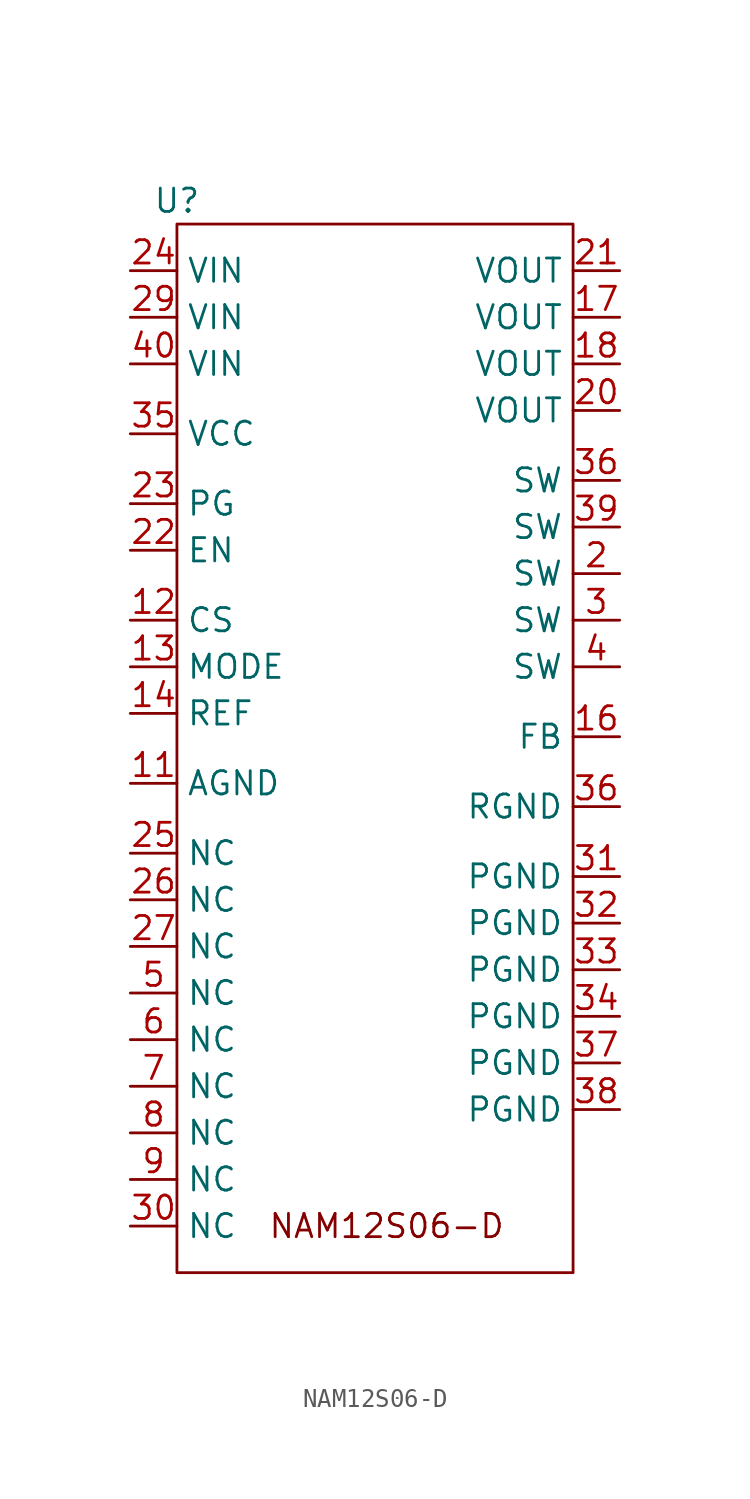
<source format=kicad_sym>
(kicad_symbol_lib
  (version 20220914)
  (generator kicad_symbol_editor)
  (symbol "NAM12S06-D"
    (property "Reference" "U"
      (at 0 0 0)
      (effects (font (size 1.27 1.27))))
    (property "Value" ""
      (at 0 0 0)
      (effects (font (size 1.27 1.27))))
    (symbol "NAM12S06-D_0_1"
      (rectangle (start 0 -1.27) (end 21.59 -58.42) (stroke (width 0) (type default)) (fill (type none))))
    (symbol "NAM12S06-D_1_1"
      (text "NAM12S06-D" (at 11.43 -55.88 0) (effects (font (size 1.27 1.27))))
      (pin bidirectional line (at -2.54 -31.75 0) (length 2.54) (name "AGND" (effects (font (size 1.27 1.27)))) (number "11" (effects (font (size 1.27 1.27)))))
      (pin bidirectional line (at -2.54 -22.86 0) (length 2.54) (name "CS" (effects (font (size 1.27 1.27)))) (number "12" (effects (font (size 1.27 1.27)))))
      (pin bidirectional line (at -2.54 -25.4 0) (length 2.54) (name "MODE" (effects (font (size 1.27 1.27)))) (number "13" (effects (font (size 1.27 1.27)))))
      (pin bidirectional line (at -2.54 -27.94 0) (length 2.54) (name "REF" (effects (font (size 1.27 1.27)))) (number "14" (effects (font (size 1.27 1.27)))))
      (pin bidirectional line (at 24.13 -29.21 180) (length 2.54) (name "FB" (effects (font (size 1.27 1.27)))) (number "16" (effects (font (size 1.27 1.27)))))
      (pin bidirectional line (at 24.13 -6.35 180) (length 2.54) (name "VOUT" (effects (font (size 1.27 1.27)))) (number "17" (effects (font (size 1.27 1.27)))))
      (pin bidirectional line (at 24.13 -8.89 180) (length 2.54) (name "VOUT" (effects (font (size 1.27 1.27)))) (number "18" (effects (font (size 1.27 1.27)))))
      (pin bidirectional line (at 24.13 -20.32 180) (length 2.54) (name "SW" (effects (font (size 1.27 1.27)))) (number "2" (effects (font (size 1.27 1.27)))))
      (pin bidirectional line (at 24.13 -11.43 180) (length 2.54) (name "VOUT" (effects (font (size 1.27 1.27)))) (number "20" (effects (font (size 1.27 1.27)))))
      (pin bidirectional line (at 24.13 -3.81 180) (length 2.54) (name "VOUT" (effects (font (size 1.27 1.27)))) (number "21" (effects (font (size 1.27 1.27)))))
      (pin bidirectional line (at -2.54 -19.05 0) (length 2.54) (name "EN" (effects (font (size 1.27 1.27)))) (number "22" (effects (font (size 1.27 1.27)))))
      (pin bidirectional line (at -2.54 -16.51 0) (length 2.54) (name "PG" (effects (font (size 1.27 1.27)))) (number "23" (effects (font (size 1.27 1.27)))))
      (pin bidirectional line (at -2.54 -3.81 0) (length 2.54) (name "VIN" (effects (font (size 1.27 1.27)))) (number "24" (effects (font (size 1.27 1.27)))))
      (pin bidirectional line (at -2.54 -35.56 0) (length 2.54) (name "NC" (effects (font (size 1.27 1.27)))) (number "25" (effects (font (size 1.27 1.27)))))
      (pin bidirectional line (at -2.54 -38.1 0) (length 2.54) (name "NC" (effects (font (size 1.27 1.27)))) (number "26" (effects (font (size 1.27 1.27)))))
      (pin bidirectional line (at -2.54 -40.64 0) (length 2.54) (name "NC" (effects (font (size 1.27 1.27)))) (number "27" (effects (font (size 1.27 1.27)))))
      (pin bidirectional line (at -2.54 -6.35 0) (length 2.54) (name "VIN" (effects (font (size 1.27 1.27)))) (number "29" (effects (font (size 1.27 1.27)))))
      (pin bidirectional line (at 24.13 -22.86 180) (length 2.54) (name "SW" (effects (font (size 1.27 1.27)))) (number "3" (effects (font (size 1.27 1.27)))))
      (pin bidirectional line (at -2.54 -55.88 0) (length 2.54) (name "NC" (effects (font (size 1.27 1.27)))) (number "30" (effects (font (size 1.27 1.27)))))
      (pin bidirectional line (at 24.13 -36.83 180) (length 2.54) (name "PGND" (effects (font (size 1.27 1.27)))) (number "31" (effects (font (size 1.27 1.27)))))
      (pin bidirectional line (at 24.13 -39.37 180) (length 2.54) (name "PGND" (effects (font (size 1.27 1.27)))) (number "32" (effects (font (size 1.27 1.27)))))
      (pin bidirectional line (at 24.13 -41.91 180) (length 2.54) (name "PGND" (effects (font (size 1.27 1.27)))) (number "33" (effects (font (size 1.27 1.27)))))
      (pin bidirectional line (at 24.13 -44.45 180) (length 2.54) (name "PGND" (effects (font (size 1.27 1.27)))) (number "34" (effects (font (size 1.27 1.27)))))
      (pin bidirectional line (at -2.54 -12.7 0) (length 2.54) (name "VCC" (effects (font (size 1.27 1.27)))) (number "35" (effects (font (size 1.27 1.27)))))
      (pin bidirectional line (at 24.13 -33.02 180) (length 2.54) (name "RGND" (effects (font (size 1.27 1.27)))) (number "36" (effects (font (size 1.27 1.27)))))
      (pin bidirectional line (at 24.13 -15.24 180) (length 2.54) (name "SW" (effects (font (size 1.27 1.27)))) (number "36" (effects (font (size 1.27 1.27)))))
      (pin bidirectional line (at 24.13 -46.99 180) (length 2.54) (name "PGND" (effects (font (size 1.27 1.27)))) (number "37" (effects (font (size 1.27 1.27)))))
      (pin bidirectional line (at 24.13 -49.53 180) (length 2.54) (name "PGND" (effects (font (size 1.27 1.27)))) (number "38" (effects (font (size 1.27 1.27)))))
      (pin bidirectional line (at 24.13 -17.78 180) (length 2.54) (name "SW" (effects (font (size 1.27 1.27)))) (number "39" (effects (font (size 1.27 1.27)))))
      (pin bidirectional line (at 24.13 -25.4 180) (length 2.54) (name "SW" (effects (font (size 1.27 1.27)))) (number "4" (effects (font (size 1.27 1.27)))))
      (pin bidirectional line (at -2.54 -8.89 0) (length 2.54) (name "VIN" (effects (font (size 1.27 1.27)))) (number "40" (effects (font (size 1.27 1.27)))))
      (pin bidirectional line (at -2.54 -43.18 0) (length 2.54) (name "NC" (effects (font (size 1.27 1.27)))) (number "5" (effects (font (size 1.27 1.27)))))
      (pin bidirectional line (at -2.54 -45.72 0) (length 2.54) (name "NC" (effects (font (size 1.27 1.27)))) (number "6" (effects (font (size 1.27 1.27)))))
      (pin bidirectional line (at -2.54 -48.26 0) (length 2.54) (name "NC" (effects (font (size 1.27 1.27)))) (number "7" (effects (font (size 1.27 1.27)))))
      (pin bidirectional line (at -2.54 -50.8 0) (length 2.54) (name "NC" (effects (font (size 1.27 1.27)))) (number "8" (effects (font (size 1.27 1.27)))))
      (pin bidirectional line (at -2.54 -53.34 0) (length 2.54) (name "NC" (effects (font (size 1.27 1.27)))) (number "9" (effects (font (size 1.27 1.27))))))))
</source>
